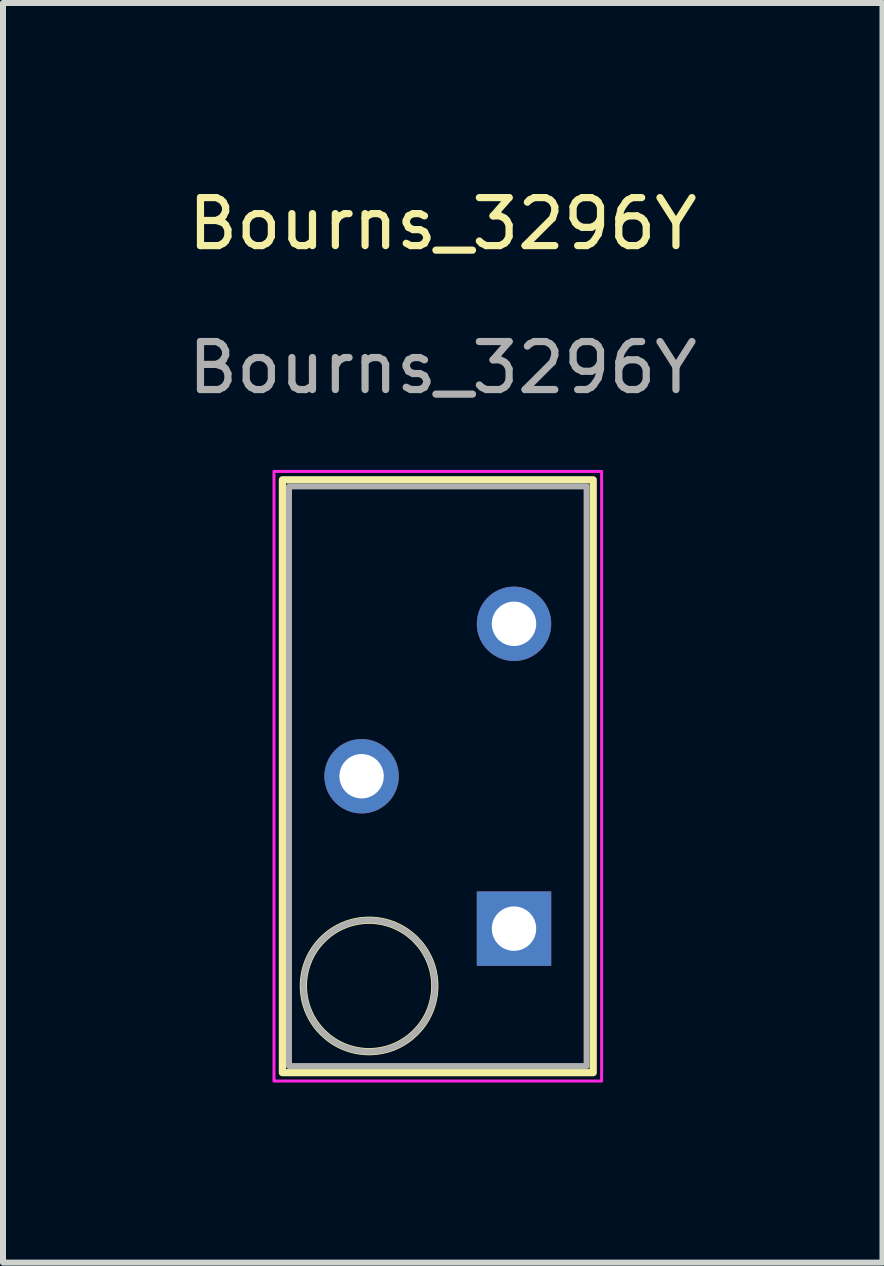
<source format=kicad_pcb>
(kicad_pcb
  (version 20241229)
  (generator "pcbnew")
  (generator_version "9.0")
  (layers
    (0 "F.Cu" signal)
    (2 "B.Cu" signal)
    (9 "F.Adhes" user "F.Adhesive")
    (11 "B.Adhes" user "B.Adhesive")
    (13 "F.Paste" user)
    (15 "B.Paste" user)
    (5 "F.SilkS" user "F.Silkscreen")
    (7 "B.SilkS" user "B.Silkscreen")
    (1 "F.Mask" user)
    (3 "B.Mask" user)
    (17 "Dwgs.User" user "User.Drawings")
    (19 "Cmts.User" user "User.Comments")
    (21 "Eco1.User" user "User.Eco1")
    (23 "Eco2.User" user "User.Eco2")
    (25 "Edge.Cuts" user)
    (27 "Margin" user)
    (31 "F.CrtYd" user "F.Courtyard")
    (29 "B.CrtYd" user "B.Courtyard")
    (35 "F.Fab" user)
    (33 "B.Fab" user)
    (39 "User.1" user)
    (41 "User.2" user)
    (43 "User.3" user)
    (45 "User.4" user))
  (footprint "Bourns_3296Y"
    (layer "F.Cu")
    (at 4.246 9.886)
    (property "Reference" "Bourns_3296Y" (at 0.083 -9.207 0) (unlocked yes) (layer "F.SilkS") (effects (font (size 0.8 0.8) (thickness 0.12))))
    (attr through_hole)
    (fp_rect (start -2.59 -4.94) (end 2.59 4.94) (stroke (width 0.12) (type default)) (fill no) (layer "F.SilkS"))
    (fp_circle (center -1.145 3.495) (end -0.05 3.495) (stroke (width 0.12) (type default)) (fill no) (layer "F.SilkS"))
    (fp_rect (start -2.73 -5.08) (end 2.73 5.08) (stroke (width 0.05) (type default)) (fill no) (layer "F.CrtYd"))
    (fp_rect (start -2.48 -4.83) (end 2.48 4.83) (stroke (width 0.1) (type default)) (fill no) (layer "F.Fab"))
    (fp_circle (center -1.145 3.495) (end -0.05 3.495) (stroke (width 0.1) (type default)) (fill no) (layer "F.Fab"))
    (fp_text user "${REFERENCE}" (at 0.083 -6.808 0) (unlocked yes) (layer "F.Fab") (effects (font (size 0.8 0.8) (thickness 0.12))))
    (pad "1" thru_hole rect (at 1.27 2.54) (size 1.24 1.24) (drill 0.74) (layers "*.Cu" "*.Mask"))
    (pad "2" thru_hole circle (at -1.27 0) (size 1.24 1.24) (drill 0.74) (layers "*.Cu" "*.Mask"))
    (pad "3" thru_hole circle (at 1.27 -2.54) (size 1.24 1.24) (drill 0.74) (layers "*.Cu" "*.Mask")))
  (gr_rect
    (start -3 -3)
    (end 11.657 17.991)
    (stroke (width 0.1) (type default))
    (fill no)
    (layer "Edge.Cuts")))
</source>
